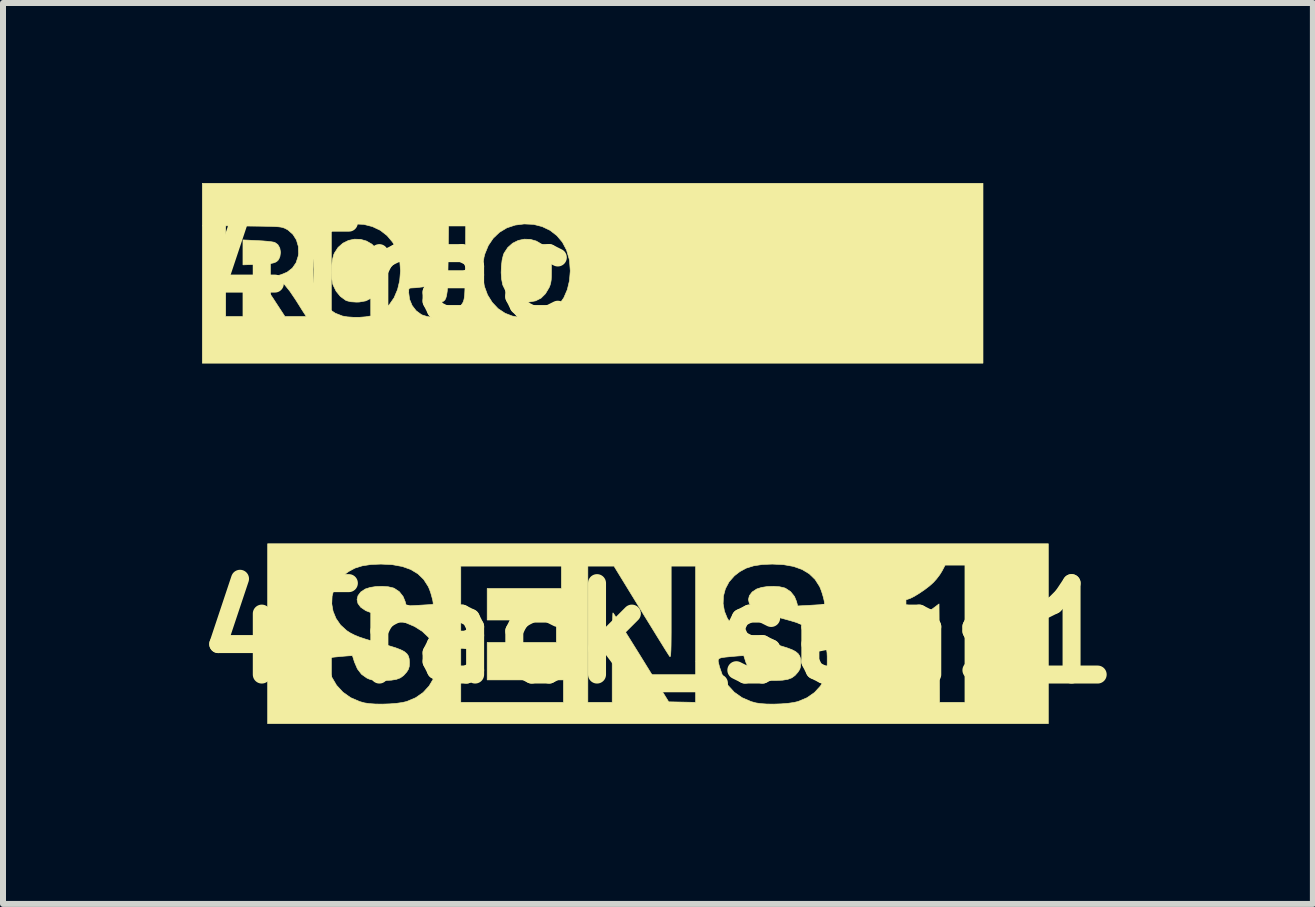
<source format=kicad_pcb>
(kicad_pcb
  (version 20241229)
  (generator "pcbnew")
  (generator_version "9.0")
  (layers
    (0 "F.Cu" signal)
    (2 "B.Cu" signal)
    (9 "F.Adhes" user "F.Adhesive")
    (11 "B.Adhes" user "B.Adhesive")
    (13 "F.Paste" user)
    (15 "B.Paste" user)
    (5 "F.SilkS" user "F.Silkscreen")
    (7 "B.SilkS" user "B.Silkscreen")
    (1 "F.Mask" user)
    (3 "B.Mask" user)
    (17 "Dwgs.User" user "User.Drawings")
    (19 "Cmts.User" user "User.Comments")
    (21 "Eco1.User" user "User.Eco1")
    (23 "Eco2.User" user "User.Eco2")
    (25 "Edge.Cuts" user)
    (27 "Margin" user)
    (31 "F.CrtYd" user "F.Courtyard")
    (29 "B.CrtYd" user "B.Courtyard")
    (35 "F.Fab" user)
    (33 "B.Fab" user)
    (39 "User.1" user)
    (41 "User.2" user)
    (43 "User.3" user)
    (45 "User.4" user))
  (footprint "4Track_sens1"
    (layer "F.Cu")
    (at 7.918 7.505)
    (property "Reference" "4Track_sens1" (at 0 0 0) (layer "F.SilkS") (effects (font (size 1.524 1.524) (thickness 0.3))))
    (attr through_hole)
    (fp_poly (pts (xy 6.507 1.508) (xy -6.507 1.508) (xy -6.507 0.471) (xy -5.52 0.471) (xy -5.509 0.519) (xy -5.497 0.565) (xy -5.44 0.728) (xy -5.358 0.868) (xy -5.252 0.983) (xy -5.124 1.074) (xy -4.974 1.139) (xy -4.891 1.162) (xy -4.81 1.174) (xy -4.706 1.181) (xy -4.59 1.182) (xy -4.47 1.178) (xy -4.357 1.169) (xy -4.259 1.155) (xy -4.19 1.139) (xy -4.04 1.076) (xy -3.915 0.989) (xy -3.815 0.88) (xy -3.747 0.765) (xy -3.728 0.72) (xy -3.714 0.678) (xy -3.707 0.631) (xy -3.703 0.57) (xy -3.702 0.485) (xy -3.702 0.474) (xy -3.703 0.387) (xy -3.706 0.325) (xy -3.713 0.278) (xy -3.725 0.238) (xy -3.744 0.195) (xy -3.749 0.184) (xy -3.824 0.069) (xy -3.929 -0.031) (xy -4.061 -0.114) (xy -4.211 -0.177) (xy -4.258 -0.192) (xy -4.329 -0.213) (xy -4.417 -0.237) (xy -4.511 -0.263) (xy -4.544 -0.272) (xy -4.64 -0.298) (xy -4.731 -0.326) (xy -4.809 -0.352) (xy -4.866 -0.374) (xy -4.879 -0.381) (xy -4.955 -0.433) (xy -5.001 -0.495) (xy -5.016 -0.561) (xy -5 -0.626) (xy -4.954 -0.687) (xy -4.878 -0.737) (xy -4.875 -0.738) (xy -4.796 -0.763) (xy -4.699 -0.778) (xy -4.595 -0.781) (xy -4.496 -0.774) (xy -4.414 -0.755) (xy -4.396 -0.748) (xy -4.312 -0.692) (xy -4.249 -0.612) (xy -4.215 -0.53) (xy -4.194 -0.454) (xy -3.974 -0.466) (xy -3.891 -0.471) (xy -3.822 -0.475) (xy -3.773 -0.479) (xy -3.75 -0.482) (xy -3.749 -0.482) (xy -3.747 -0.503) (xy -3.754 -0.547) (xy -3.769 -0.605) (xy -3.787 -0.669) (xy -3.808 -0.729) (xy -3.829 -0.778) (xy -3.83 -0.779) (xy -3.905 -0.896) (xy -4.002 -0.99) (xy -4.121 -1.062) (xy -4.264 -1.113) (xy -4.295 -1.118) (xy -3.287 -1.118) (xy -3.287 1.152) (xy -1.576 1.152) (xy -1.576 0.779) (xy -2.847 0.779) (xy -2.847 0.153) (xy -1.694 0.153) (xy -1.694 -0.22) (xy -2.847 -0.22) (xy -2.847 -0.746) (xy -1.61 -0.746) (xy -1.61 -1.118) (xy -1.169 -1.118) (xy -1.169 1.152) (xy -0.763 1.152) (xy -0.763 0.407) (xy -0.762 0.251) (xy -0.761 0.107) (xy -0.76 -0.023) (xy -0.758 -0.135) (xy -0.756 -0.226) (xy -0.754 -0.292) (xy -0.752 -0.331) (xy -0.75 -0.339) (xy -0.739 -0.325) (xy -0.712 -0.285) (xy -0.67 -0.221) (xy -0.616 -0.137) (xy -0.551 -0.034) (xy -0.477 0.084) (xy -0.396 0.214) (xy -0.308 0.355) (xy -0.279 0.402) (xy 0.179 1.144) (xy 0.627 1.153) (xy 0.627 0.471) (xy 1.004 0.471) (xy 1.015 0.519) (xy 1.027 0.565) (xy 1.084 0.728) (xy 1.166 0.868) (xy 1.271 0.983) (xy 1.4 1.074) (xy 1.55 1.139) (xy 1.633 1.162) (xy 1.714 1.174) (xy 1.817 1.181) (xy 1.934 1.182) (xy 2.053 1.178) (xy 2.167 1.169) (xy 2.265 1.155) (xy 2.334 1.139) (xy 2.484 1.076) (xy 2.609 0.989) (xy 2.709 0.88) (xy 2.776 0.765) (xy 2.796 0.72) (xy 2.809 0.678) (xy 2.817 0.631) (xy 2.82 0.57) (xy 2.821 0.485) (xy 2.821 0.474) (xy 2.821 0.387) (xy 2.818 0.325) (xy 2.811 0.278) (xy 2.799 0.238) (xy 2.78 0.195) (xy 2.774 0.184) (xy 2.699 0.069) (xy 2.595 -0.031) (xy 2.463 -0.114) (xy 2.313 -0.177) (xy 2.266 -0.192) (xy 2.194 -0.213) (xy 2.107 -0.237) (xy 2.013 -0.263) (xy 1.979 -0.272) (xy 1.884 -0.298) (xy 1.793 -0.326) (xy 1.715 -0.352) (xy 1.658 -0.374) (xy 1.645 -0.381) (xy 1.569 -0.433) (xy 1.523 -0.495) (xy 1.508 -0.561) (xy 1.524 -0.626) (xy 1.57 -0.687) (xy 1.646 -0.737) (xy 1.649 -0.738) (xy 1.728 -0.763) (xy 1.825 -0.778) (xy 1.929 -0.781) (xy 2.028 -0.774) (xy 2.11 -0.755) (xy 2.127 -0.748) (xy 2.211 -0.692) (xy 2.275 -0.612) (xy 2.309 -0.53) (xy 2.329 -0.454) (xy 2.55 -0.466) (xy 2.632 -0.471) (xy 2.701 -0.475) (xy 2.751 -0.479) (xy 2.774 -0.482) (xy 2.775 -0.482) (xy 2.777 -0.503) (xy 2.769 -0.547) (xy 2.767 -0.556) (xy 4.134 -0.556) (xy 4.134 -0.17) (xy 4.223 -0.205) (xy 4.351 -0.262) (xy 4.47 -0.332) (xy 4.576 -0.406) (xy 4.685 -0.488) (xy 4.69 0.332) (xy 4.694 1.152) (xy 5.117 1.152) (xy 5.117 -1.135) (xy 4.952 -1.135) (xy 4.787 -1.135) (xy 4.736 -1.038) (xy 4.697 -0.975) (xy 4.644 -0.905) (xy 4.591 -0.846) (xy 4.525 -0.787) (xy 4.444 -0.725) (xy 4.357 -0.666) (xy 4.274 -0.615) (xy 4.204 -0.58) (xy 4.189 -0.575) (xy 4.134 -0.556) (xy 2.767 -0.556) (xy 2.755 -0.605) (xy 2.736 -0.669) (xy 2.715 -0.729) (xy 2.695 -0.778) (xy 2.694 -0.779) (xy 2.619 -0.896) (xy 2.522 -0.99) (xy 2.403 -1.062) (xy 2.26 -1.113) (xy 2.092 -1.143) (xy 1.906 -1.152) (xy 1.737 -1.145) (xy 1.595 -1.123) (xy 1.472 -1.085) (xy 1.365 -1.027) (xy 1.274 -0.957) (xy 1.185 -0.856) (xy 1.124 -0.741) (xy 1.091 -0.618) (xy 1.086 -0.491) (xy 1.108 -0.366) (xy 1.157 -0.246) (xy 1.232 -0.137) (xy 1.333 -0.044) (xy 1.334 -0.043) (xy 1.394 -0.005) (xy 1.464 0.031) (xy 1.55 0.066) (xy 1.656 0.101) (xy 1.787 0.14) (xy 1.898 0.17) (xy 2.038 0.209) (xy 2.149 0.243) (xy 2.234 0.275) (xy 2.295 0.307) (xy 2.337 0.342) (xy 2.363 0.381) (xy 2.377 0.428) (xy 2.381 0.483) (xy 2.381 0.49) (xy 2.377 0.554) (xy 2.364 0.601) (xy 2.336 0.645) (xy 2.333 0.65) (xy 2.284 0.705) (xy 2.23 0.744) (xy 2.164 0.769) (xy 2.079 0.783) (xy 1.969 0.788) (xy 1.949 0.788) (xy 1.86 0.787) (xy 1.797 0.784) (xy 1.749 0.777) (xy 1.71 0.765) (xy 1.672 0.748) (xy 1.583 0.685) (xy 1.513 0.595) (xy 1.463 0.479) (xy 1.462 0.476) (xy 1.446 0.424) (xy 1.434 0.387) (xy 1.43 0.375) (xy 1.412 0.375) (xy 1.368 0.377) (xy 1.302 0.382) (xy 1.223 0.389) (xy 1.213 0.39) (xy 1.121 0.399) (xy 1.059 0.408) (xy 1.022 0.42) (xy 1.005 0.44) (xy 1.004 0.471) (xy 0.627 0.471) (xy 0.627 -1.118) (xy 0.22 -1.118) (xy 0.22 -0.352) (xy 0.22 -0.168) (xy 0.22 -0.016) (xy 0.219 0.108) (xy 0.218 0.205) (xy 0.216 0.279) (xy 0.213 0.332) (xy 0.21 0.367) (xy 0.206 0.386) (xy 0.201 0.391) (xy 0.197 0.389) (xy 0.184 0.37) (xy 0.155 0.325) (xy 0.112 0.257) (xy 0.057 0.168) (xy -0.009 0.062) (xy -0.084 -0.06) (xy -0.166 -0.193) (xy -0.254 -0.335) (xy -0.279 -0.377) (xy -0.733 -1.118) (xy -1.169 -1.118) (xy -1.61 -1.118) (xy -3.287 -1.118) (xy -4.295 -1.118) (xy -4.431 -1.143) (xy -4.618 -1.152) (xy -4.786 -1.145) (xy -4.929 -1.123) (xy -5.051 -1.085) (xy -5.159 -1.027) (xy -5.25 -0.957) (xy -5.339 -0.856) (xy -5.399 -0.741) (xy -5.432 -0.618) (xy -5.438 -0.491) (xy -5.416 -0.366) (xy -5.367 -0.246) (xy -5.292 -0.137) (xy -5.19 -0.044) (xy -5.189 -0.043) (xy -5.13 -0.005) (xy -5.06 0.031) (xy -4.974 0.066) (xy -4.868 0.101) (xy -4.737 0.14) (xy -4.626 0.17) (xy -4.485 0.209) (xy -4.374 0.243) (xy -4.29 0.275) (xy -4.228 0.307) (xy -4.186 0.342) (xy -4.16 0.381) (xy -4.147 0.428) (xy -4.143 0.483) (xy -4.143 0.49) (xy -4.146 0.554) (xy -4.16 0.601) (xy -4.187 0.645) (xy -4.191 0.65) (xy -4.24 0.705) (xy -4.294 0.744) (xy -4.36 0.769) (xy -4.444 0.783) (xy -4.554 0.788) (xy -4.575 0.788) (xy -4.664 0.787) (xy -4.727 0.784) (xy -4.774 0.777) (xy -4.814 0.765) (xy -4.852 0.748) (xy -4.941 0.685) (xy -5.01 0.595) (xy -5.06 0.479) (xy -5.061 0.476) (xy -5.077 0.424) (xy -5.089 0.387) (xy -5.094 0.375) (xy -5.111 0.375) (xy -5.156 0.377) (xy -5.221 0.382) (xy -5.301 0.389) (xy -5.311 0.39) (xy -5.402 0.399) (xy -5.464 0.408) (xy -5.502 0.42) (xy -5.519 0.44) (xy -5.52 0.471) (xy -6.507 0.471) (xy -6.507 -1.491) (xy 6.507 -1.491) (xy 6.507 1.508)) (stroke (width 0.01) (type solid)) (fill yes) (layer "F.SilkS")))
  (footprint "4Track_rojo"
    (layer "F.Cu")
    (at 6.829 1.496)
    (property "Reference" "4Track_rojo" (at 0 0 0) (layer "F.SilkS") (effects (font (size 1.524 1.524) (thickness 0.3))))
    (attr through_hole)
    (fp_poly (pts (xy -5.587 -0.535) (xy -5.496 -0.53) (xy -5.414 -0.523) (xy -5.348 -0.515) (xy -5.305 -0.507) (xy -5.299 -0.505) (xy -5.248 -0.469) (xy -5.215 -0.411) (xy -5.203 -0.341) (xy -5.213 -0.269) (xy -5.222 -0.247) (xy -5.241 -0.211) (xy -5.268 -0.185) (xy -5.306 -0.167) (xy -5.361 -0.154) (xy -5.438 -0.146) (xy -5.542 -0.14) (xy -5.578 -0.139) (xy -5.829 -0.131) (xy -5.829 -0.547) (xy -5.587 -0.535)) (stroke (width 0.01) (type solid)) (fill yes) (layer "F.SilkS"))
    (fp_poly (pts (xy -3.868 -0.556) (xy -3.77 -0.528) (xy -3.68 -0.476) (xy -3.605 -0.4) (xy -3.557 -0.318) (xy -3.539 -0.273) (xy -3.527 -0.23) (xy -3.52 -0.177) (xy -3.517 -0.108) (xy -3.516 -0.034) (xy -3.517 0.056) (xy -3.521 0.121) (xy -3.528 0.17) (xy -3.541 0.212) (xy -3.555 0.246) (xy -3.616 0.349) (xy -3.69 0.423) (xy -3.78 0.469) (xy -3.892 0.489) (xy -3.94 0.49) (xy -4.032 0.484) (xy -4.1 0.467) (xy -4.119 0.458) (xy -4.205 0.395) (xy -4.276 0.309) (xy -4.325 0.209) (xy -4.331 0.193) (xy -4.348 0.104) (xy -4.354 -0.000344) (xy -4.351 -0.109) (xy -4.339 -0.212) (xy -4.317 -0.298) (xy -4.305 -0.327) (xy -4.243 -0.422) (xy -4.163 -0.492) (xy -4.07 -0.538) (xy -3.97 -0.559) (xy -3.868 -0.556)) (stroke (width 0.01) (type solid)) (fill yes) (layer "F.SilkS"))
    (fp_poly (pts (xy -1.039 -0.556) (xy -0.94 -0.528) (xy -0.851 -0.476) (xy -0.775 -0.4) (xy -0.727 -0.318) (xy -0.709 -0.273) (xy -0.697 -0.23) (xy -0.69 -0.177) (xy -0.687 -0.108) (xy -0.687 -0.034) (xy -0.688 0.056) (xy -0.691 0.121) (xy -0.699 0.17) (xy -0.711 0.212) (xy -0.725 0.246) (xy -0.786 0.349) (xy -0.86 0.423) (xy -0.951 0.469) (xy -1.062 0.489) (xy -1.11 0.49) (xy -1.202 0.484) (xy -1.27 0.467) (xy -1.289 0.458) (xy -1.375 0.395) (xy -1.447 0.309) (xy -1.496 0.209) (xy -1.501 0.193) (xy -1.518 0.104) (xy -1.525 -0.000344) (xy -1.521 -0.109) (xy -1.509 -0.212) (xy -1.488 -0.298) (xy -1.476 -0.327) (xy -1.413 -0.422) (xy -1.333 -0.492) (xy -1.24 -0.538) (xy -1.14 -0.559) (xy -1.039 -0.556)) (stroke (width 0.01) (type solid)) (fill yes) (layer "F.SilkS"))
    (fp_poly (pts (xy 6.507 1.508) (xy -6.507 1.508) (xy -6.507 0.729) (xy -6.117 0.729) (xy -5.829 0.729) (xy -5.829 0.085) (xy -5.723 0.096) (xy -5.665 0.103) (xy -5.616 0.113) (xy -5.574 0.13) (xy -5.534 0.156) (xy -5.493 0.196) (xy -5.447 0.253) (xy -5.392 0.33) (xy -5.325 0.43) (xy -5.283 0.495) (xy -5.13 0.729) (xy -4.774 0.729) (xy -4.799 0.69) (xy -4.817 0.663) (xy -4.849 0.613) (xy -4.89 0.547) (xy -4.938 0.471) (xy -4.954 0.446) (xy -5.046 0.31) (xy -5.13 0.205) (xy -5.185 0.148) (xy -5.286 0.057) (xy -5.204 0.036) (xy -5.094 -0.008) (xy -5.031 -0.057) (xy -4.659 -0.057) (xy -4.657 0.056) (xy -4.647 0.159) (xy -4.634 0.226) (xy -4.581 0.37) (xy -4.504 0.495) (xy -4.405 0.599) (xy -4.288 0.676) (xy -4.17 0.722) (xy -4.09 0.736) (xy -3.99 0.743) (xy -3.883 0.743) (xy -3.783 0.735) (xy -3.701 0.721) (xy -3.693 0.719) (xy -3.583 0.675) (xy -3.479 0.611) (xy -3.395 0.537) (xy -3.389 0.532) (xy -3.31 0.418) (xy -3.272 0.328) (xy -3.067 0.328) (xy -3.052 0.443) (xy -3.009 0.547) (xy -2.942 0.634) (xy -2.855 0.698) (xy -2.84 0.705) (xy -2.759 0.73) (xy -2.66 0.744) (xy -2.554 0.746) (xy -2.456 0.734) (xy -2.419 0.725) (xy -2.352 0.693) (xy -2.281 0.64) (xy -2.216 0.574) (xy -2.168 0.507) (xy -2.158 0.487) (xy -2.15 0.465) (xy -2.143 0.439) (xy -2.138 0.405) (xy -2.133 0.36) (xy -2.13 0.299) (xy -2.127 0.22) (xy -2.125 0.118) (xy -2.123 -0.01) (xy -2.123 -0.057) (xy -1.829 -0.057) (xy -1.827 0.056) (xy -1.817 0.159) (xy -1.805 0.226) (xy -1.752 0.37) (xy -1.674 0.495) (xy -1.576 0.599) (xy -1.459 0.676) (xy -1.34 0.722) (xy -1.26 0.736) (xy -1.16 0.743) (xy -1.053 0.743) (xy -0.953 0.735) (xy -0.871 0.721) (xy -0.863 0.719) (xy -0.753 0.675) (xy -0.649 0.611) (xy -0.565 0.537) (xy -0.56 0.532) (xy -0.481 0.418) (xy -0.422 0.282) (xy -0.386 0.131) (xy -0.373 -0.03) (xy -0.385 -0.195) (xy -0.391 -0.228) (xy -0.435 -0.378) (xy -0.504 -0.509) (xy -0.597 -0.619) (xy -0.711 -0.707) (xy -0.841 -0.769) (xy -0.986 -0.806) (xy -1.142 -0.813) (xy -1.291 -0.794) (xy -1.43 -0.748) (xy -1.553 -0.674) (xy -1.657 -0.575) (xy -1.739 -0.454) (xy -1.796 -0.315) (xy -1.811 -0.258) (xy -1.824 -0.166) (xy -1.829 -0.057) (xy -2.123 -0.057) (xy -2.122 -0.168) (xy -2.121 -0.182) (xy -2.116 -0.779) (xy -2.402 -0.779) (xy -2.409 -0.208) (xy -2.412 -0.036) (xy -2.414 0.106) (xy -2.418 0.219) (xy -2.424 0.308) (xy -2.434 0.375) (xy -2.447 0.423) (xy -2.464 0.456) (xy -2.488 0.476) (xy -2.518 0.487) (xy -2.555 0.491) (xy -2.601 0.491) (xy -2.608 0.491) (xy -2.676 0.482) (xy -2.725 0.452) (xy -2.759 0.396) (xy -2.78 0.324) (xy -2.8 0.233) (xy -2.887 0.243) (xy -2.947 0.25) (xy -3.002 0.253) (xy -3.02 0.254) (xy -3.049 0.257) (xy -3.063 0.271) (xy -3.067 0.307) (xy -3.067 0.328) (xy -3.272 0.328) (xy -3.252 0.282) (xy -3.216 0.131) (xy -3.203 -0.03) (xy -3.215 -0.195) (xy -3.221 -0.228) (xy -3.264 -0.378) (xy -3.334 -0.509) (xy -3.427 -0.619) (xy -3.54 -0.707) (xy -3.671 -0.769) (xy -3.816 -0.806) (xy -3.972 -0.813) (xy -4.121 -0.794) (xy -4.259 -0.748) (xy -4.382 -0.674) (xy -4.487 -0.575) (xy -4.569 -0.454) (xy -4.626 -0.315) (xy -4.641 -0.258) (xy -4.654 -0.166) (xy -4.659 -0.057) (xy -5.031 -0.057) (xy -5.006 -0.076) (xy -4.943 -0.167) (xy -4.908 -0.277) (xy -4.902 -0.32) (xy -4.906 -0.439) (xy -4.938 -0.547) (xy -4.996 -0.639) (xy -5.077 -0.711) (xy -5.114 -0.732) (xy -5.139 -0.744) (xy -5.165 -0.753) (xy -5.194 -0.76) (xy -5.233 -0.765) (xy -5.286 -0.769) (xy -5.356 -0.772) (xy -5.449 -0.774) (xy -5.568 -0.776) (xy -5.655 -0.777) (xy -6.117 -0.782) (xy -6.117 0.729) (xy -6.507 0.729) (xy -6.507 -1.491) (xy 6.507 -1.491) (xy 6.507 1.508)) (stroke (width 0.01) (type solid)) (fill yes) (layer "F.SilkS")))
  (gr_rect
    (start -3 -3)
    (end 18.835 12.018)
    (stroke (width 0.1) (type default))
    (fill no)
    (layer "Edge.Cuts")))
</source>
